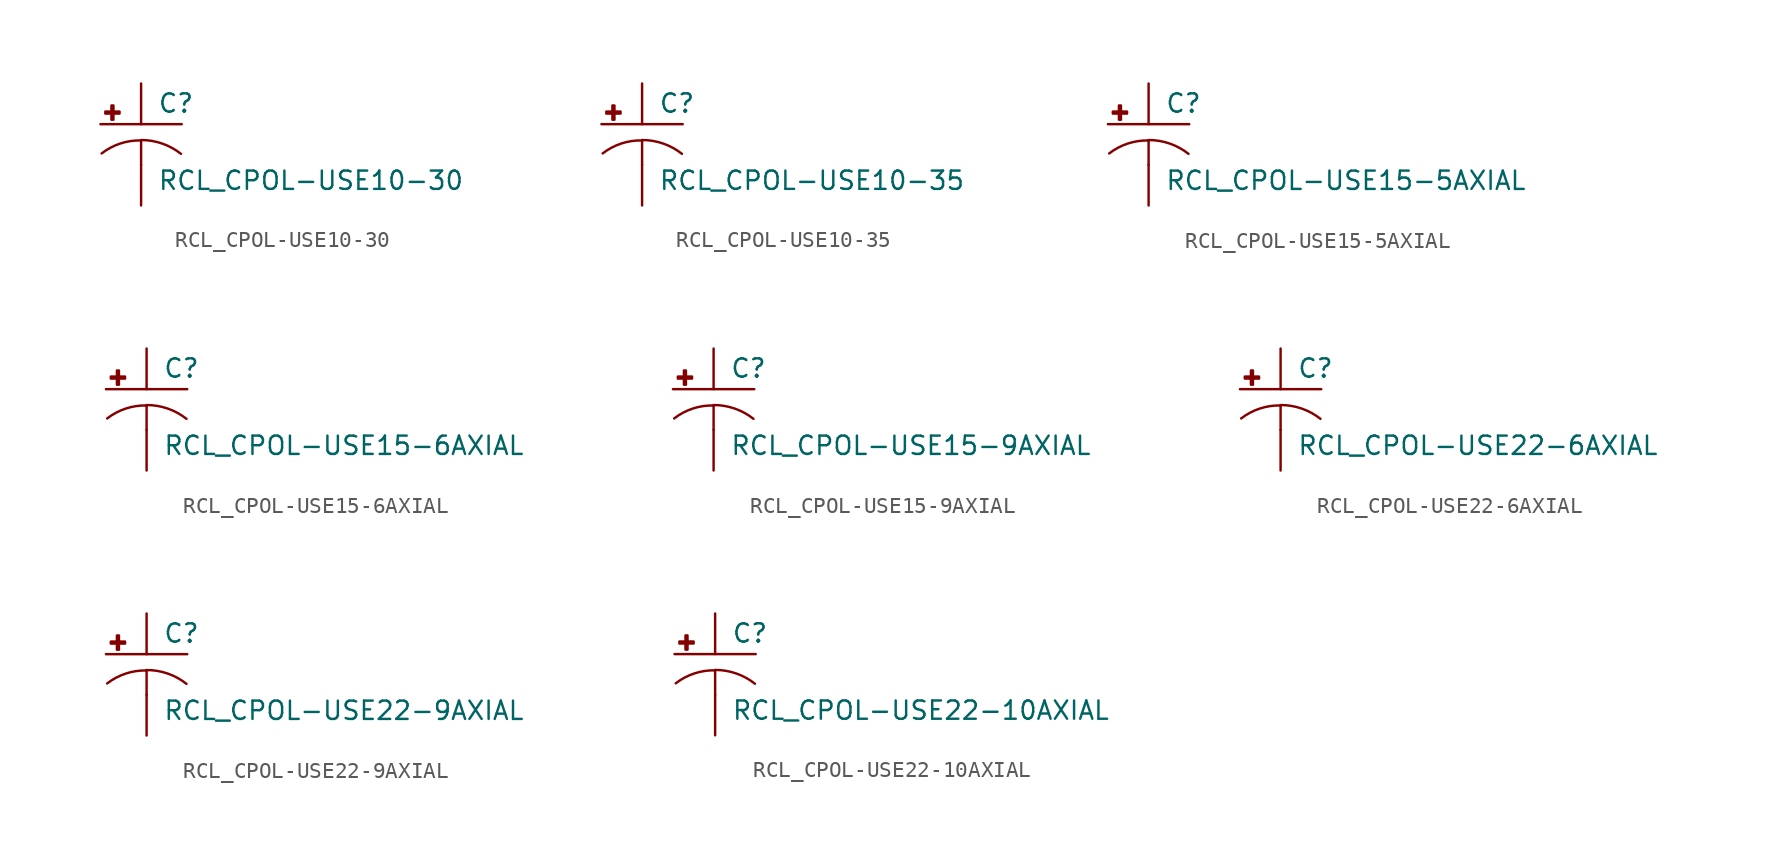
<source format=kicad_sym>
(kicad_symbol_lib
  (version 20210619)
  (generator kicad_symbol_editor)
  (symbol "RCL_CPOL-USE10-30"
    (pin_numbers hide)
    (pin_names
      (offset 1.016) hide)
    (property "Reference" "C"
      (at 1.016 0.635 0)
      (effects (font (size 1.143 1.143)) (justify left bottom)))
    (property "Value" "RCL_CPOL-USE10-30"
      (at 1.016 -4.191 0)
      (effects (font (size 1.143 1.143)) (justify left bottom)))
    (property "ki_locked" ""
      (at 0 0 0)
      (effects (font (size 1.27 1.27))))
    (symbol "RCL_CPOL-USE10-30_1_0"
      (polyline (pts (xy -2.54 0) (xy 2.54 0)) (stroke (width 0)) (fill (type none)))
      (polyline (pts (xy 0 -1.016) (xy 0 -2.54)) (stroke (width 0)) (fill (type none)))
      (polyline (pts (xy 0 -1.016) (xy 0 -1.016)) (stroke (width 0)) (fill (type none))))
    (symbol "RCL_CPOL-USE10-30_1_1"
      (arc (start 0 -1.016) (end -2.4638 -1.8288) (radius (at 0 -5.0546) (length 4.0386) (angles 90.1 127.3)) (stroke (width 0)) (fill (type none)))
      (arc (start 2.4892 -1.8542) (end 0 -0.9906) (radius (at 0 -5.0292) (length 4.0386) (angles 52.3 89.9)) (stroke (width 0)) (fill (type none)))
      (rectangle (start -2.235 0.66) (end -1.346 0.787) (stroke (width 0)) (fill (type outline)))
      (rectangle (start -1.854 0.279) (end -1.727 1.168) (stroke (width 0)) (fill (type outline)))
      (pin passive line (at 0 2.54 270) (length 2.54) (name "+" (effects (font (size 1.016 1.016)))) (number "+" (effects (font (size 1.016 1.016)))))
      (pin passive line (at 0 -5.08 90) (length 2.54) (name "-" (effects (font (size 1.016 1.016)))) (number "-" (effects (font (size 1.016 1.016)))))))
  (symbol "RCL_CPOL-USE10-35"
    (pin_numbers hide)
    (pin_names
      (offset 1.016) hide)
    (property "Reference" "C"
      (at 1.016 0.635 0)
      (effects (font (size 1.143 1.143)) (justify left bottom)))
    (property "Value" "RCL_CPOL-USE10-35"
      (at 1.016 -4.191 0)
      (effects (font (size 1.143 1.143)) (justify left bottom)))
    (property "ki_locked" ""
      (at 0 0 0)
      (effects (font (size 1.27 1.27))))
    (symbol "RCL_CPOL-USE10-35_1_0"
      (polyline (pts (xy -2.54 0) (xy 2.54 0)) (stroke (width 0)) (fill (type none)))
      (polyline (pts (xy 0 -1.016) (xy 0 -2.54)) (stroke (width 0)) (fill (type none)))
      (polyline (pts (xy 0 -1.016) (xy 0 -1.016)) (stroke (width 0)) (fill (type none))))
    (symbol "RCL_CPOL-USE10-35_1_1"
      (arc (start 0 -1.016) (end -2.4638 -1.8288) (radius (at 0 -5.0546) (length 4.0386) (angles 90.1 127.3)) (stroke (width 0)) (fill (type none)))
      (arc (start 2.4892 -1.8542) (end 0 -0.9906) (radius (at 0 -5.0292) (length 4.0386) (angles 52.3 89.9)) (stroke (width 0)) (fill (type none)))
      (rectangle (start -2.235 0.66) (end -1.346 0.787) (stroke (width 0)) (fill (type outline)))
      (rectangle (start -1.854 0.279) (end -1.727 1.168) (stroke (width 0)) (fill (type outline)))
      (pin passive line (at 0 2.54 270) (length 2.54) (name "+" (effects (font (size 1.016 1.016)))) (number "+" (effects (font (size 1.016 1.016)))))
      (pin passive line (at 0 -5.08 90) (length 2.54) (name "-" (effects (font (size 1.016 1.016)))) (number "-" (effects (font (size 1.016 1.016)))))))
  (symbol "RCL_CPOL-USE15-5AXIAL"
    (pin_numbers hide)
    (pin_names
      (offset 1.016) hide)
    (property "Reference" "C"
      (at 1.016 0.635 0)
      (effects (font (size 1.143 1.143)) (justify left bottom)))
    (property "Value" "RCL_CPOL-USE15-5AXIAL"
      (at 1.016 -4.191 0)
      (effects (font (size 1.143 1.143)) (justify left bottom)))
    (property "ki_locked" ""
      (at 0 0 0)
      (effects (font (size 1.27 1.27))))
    (symbol "RCL_CPOL-USE15-5AXIAL_1_0"
      (polyline (pts (xy -2.54 0) (xy 2.54 0)) (stroke (width 0)) (fill (type none)))
      (polyline (pts (xy 0 -1.016) (xy 0 -2.54)) (stroke (width 0)) (fill (type none)))
      (polyline (pts (xy 0 -1.016) (xy 0 -1.016)) (stroke (width 0)) (fill (type none))))
    (symbol "RCL_CPOL-USE15-5AXIAL_1_1"
      (arc (start 0 -1.016) (end -2.4638 -1.8288) (radius (at 0 -5.0546) (length 4.0386) (angles 90.1 127.3)) (stroke (width 0)) (fill (type none)))
      (arc (start 2.4892 -1.8542) (end 0 -0.9906) (radius (at 0 -5.0292) (length 4.0386) (angles 52.3 89.9)) (stroke (width 0)) (fill (type none)))
      (rectangle (start -2.235 0.66) (end -1.346 0.787) (stroke (width 0)) (fill (type outline)))
      (rectangle (start -1.854 0.279) (end -1.727 1.168) (stroke (width 0)) (fill (type outline)))
      (pin passive line (at 0 2.54 270) (length 2.54) (name "+" (effects (font (size 1.016 1.016)))) (number "+" (effects (font (size 1.016 1.016)))))
      (pin passive line (at 0 -5.08 90) (length 2.54) (name "-" (effects (font (size 1.016 1.016)))) (number "-" (effects (font (size 1.016 1.016)))))))
  (symbol "RCL_CPOL-USE15-6AXIAL"
    (pin_numbers hide)
    (pin_names
      (offset 1.016) hide)
    (property "Reference" "C"
      (at 1.016 0.635 0)
      (effects (font (size 1.143 1.143)) (justify left bottom)))
    (property "Value" "RCL_CPOL-USE15-6AXIAL"
      (at 1.016 -4.191 0)
      (effects (font (size 1.143 1.143)) (justify left bottom)))
    (property "ki_locked" ""
      (at 0 0 0)
      (effects (font (size 1.27 1.27))))
    (symbol "RCL_CPOL-USE15-6AXIAL_1_0"
      (polyline (pts (xy -2.54 0) (xy 2.54 0)) (stroke (width 0)) (fill (type none)))
      (polyline (pts (xy 0 -1.016) (xy 0 -2.54)) (stroke (width 0)) (fill (type none)))
      (polyline (pts (xy 0 -1.016) (xy 0 -1.016)) (stroke (width 0)) (fill (type none))))
    (symbol "RCL_CPOL-USE15-6AXIAL_1_1"
      (arc (start 0 -1.016) (end -2.4638 -1.8288) (radius (at 0 -5.0546) (length 4.0386) (angles 90.1 127.3)) (stroke (width 0)) (fill (type none)))
      (arc (start 2.4892 -1.8542) (end 0 -0.9906) (radius (at 0 -5.0292) (length 4.0386) (angles 52.3 89.9)) (stroke (width 0)) (fill (type none)))
      (rectangle (start -2.235 0.66) (end -1.346 0.787) (stroke (width 0)) (fill (type outline)))
      (rectangle (start -1.854 0.279) (end -1.727 1.168) (stroke (width 0)) (fill (type outline)))
      (pin passive line (at 0 2.54 270) (length 2.54) (name "+" (effects (font (size 1.016 1.016)))) (number "+" (effects (font (size 1.016 1.016)))))
      (pin passive line (at 0 -5.08 90) (length 2.54) (name "-" (effects (font (size 1.016 1.016)))) (number "-" (effects (font (size 1.016 1.016)))))))
  (symbol "RCL_CPOL-USE15-9AXIAL"
    (pin_numbers hide)
    (pin_names
      (offset 1.016) hide)
    (property "Reference" "C"
      (at 1.016 0.635 0)
      (effects (font (size 1.143 1.143)) (justify left bottom)))
    (property "Value" "RCL_CPOL-USE15-9AXIAL"
      (at 1.016 -4.191 0)
      (effects (font (size 1.143 1.143)) (justify left bottom)))
    (property "ki_locked" ""
      (at 0 0 0)
      (effects (font (size 1.27 1.27))))
    (symbol "RCL_CPOL-USE15-9AXIAL_1_0"
      (polyline (pts (xy -2.54 0) (xy 2.54 0)) (stroke (width 0)) (fill (type none)))
      (polyline (pts (xy 0 -1.016) (xy 0 -2.54)) (stroke (width 0)) (fill (type none)))
      (polyline (pts (xy 0 -1.016) (xy 0 -1.016)) (stroke (width 0)) (fill (type none))))
    (symbol "RCL_CPOL-USE15-9AXIAL_1_1"
      (arc (start 0 -1.016) (end -2.4638 -1.8288) (radius (at 0 -5.0546) (length 4.0386) (angles 90.1 127.3)) (stroke (width 0)) (fill (type none)))
      (arc (start 2.4892 -1.8542) (end 0 -0.9906) (radius (at 0 -5.0292) (length 4.0386) (angles 52.3 89.9)) (stroke (width 0)) (fill (type none)))
      (rectangle (start -2.235 0.66) (end -1.346 0.787) (stroke (width 0)) (fill (type outline)))
      (rectangle (start -1.854 0.279) (end -1.727 1.168) (stroke (width 0)) (fill (type outline)))
      (pin passive line (at 0 2.54 270) (length 2.54) (name "+" (effects (font (size 1.016 1.016)))) (number "+" (effects (font (size 1.016 1.016)))))
      (pin passive line (at 0 -5.08 90) (length 2.54) (name "-" (effects (font (size 1.016 1.016)))) (number "-" (effects (font (size 1.016 1.016)))))))
  (symbol "RCL_CPOL-USE22-6AXIAL"
    (pin_numbers hide)
    (pin_names
      (offset 1.016) hide)
    (property "Reference" "C"
      (at 1.016 0.635 0)
      (effects (font (size 1.143 1.143)) (justify left bottom)))
    (property "Value" "RCL_CPOL-USE22-6AXIAL"
      (at 1.016 -4.191 0)
      (effects (font (size 1.143 1.143)) (justify left bottom)))
    (property "ki_locked" ""
      (at 0 0 0)
      (effects (font (size 1.27 1.27))))
    (symbol "RCL_CPOL-USE22-6AXIAL_1_0"
      (polyline (pts (xy -2.54 0) (xy 2.54 0)) (stroke (width 0)) (fill (type none)))
      (polyline (pts (xy 0 -1.016) (xy 0 -2.54)) (stroke (width 0)) (fill (type none)))
      (polyline (pts (xy 0 -1.016) (xy 0 -1.016)) (stroke (width 0)) (fill (type none))))
    (symbol "RCL_CPOL-USE22-6AXIAL_1_1"
      (arc (start 0 -1.016) (end -2.4638 -1.8288) (radius (at 0 -5.0546) (length 4.0386) (angles 90.1 127.3)) (stroke (width 0)) (fill (type none)))
      (arc (start 2.4892 -1.8542) (end 0 -0.9906) (radius (at 0 -5.0292) (length 4.0386) (angles 52.3 89.9)) (stroke (width 0)) (fill (type none)))
      (rectangle (start -2.235 0.66) (end -1.346 0.787) (stroke (width 0)) (fill (type outline)))
      (rectangle (start -1.854 0.279) (end -1.727 1.168) (stroke (width 0)) (fill (type outline)))
      (pin passive line (at 0 2.54 270) (length 2.54) (name "+" (effects (font (size 1.016 1.016)))) (number "+" (effects (font (size 1.016 1.016)))))
      (pin passive line (at 0 -5.08 90) (length 2.54) (name "-" (effects (font (size 1.016 1.016)))) (number "-" (effects (font (size 1.016 1.016)))))))
  (symbol "RCL_CPOL-USE22-9AXIAL"
    (pin_numbers hide)
    (pin_names
      (offset 1.016) hide)
    (property "Reference" "C"
      (at 1.016 0.635 0)
      (effects (font (size 1.143 1.143)) (justify left bottom)))
    (property "Value" "RCL_CPOL-USE22-9AXIAL"
      (at 1.016 -4.191 0)
      (effects (font (size 1.143 1.143)) (justify left bottom)))
    (property "ki_locked" ""
      (at 0 0 0)
      (effects (font (size 1.27 1.27))))
    (symbol "RCL_CPOL-USE22-9AXIAL_1_0"
      (polyline (pts (xy -2.54 0) (xy 2.54 0)) (stroke (width 0)) (fill (type none)))
      (polyline (pts (xy 0 -1.016) (xy 0 -2.54)) (stroke (width 0)) (fill (type none)))
      (polyline (pts (xy 0 -1.016) (xy 0 -1.016)) (stroke (width 0)) (fill (type none))))
    (symbol "RCL_CPOL-USE22-9AXIAL_1_1"
      (arc (start 0 -1.016) (end -2.4638 -1.8288) (radius (at 0 -5.0546) (length 4.0386) (angles 90.1 127.3)) (stroke (width 0)) (fill (type none)))
      (arc (start 2.4892 -1.8542) (end 0 -0.9906) (radius (at 0 -5.0292) (length 4.0386) (angles 52.3 89.9)) (stroke (width 0)) (fill (type none)))
      (rectangle (start -2.235 0.66) (end -1.346 0.787) (stroke (width 0)) (fill (type outline)))
      (rectangle (start -1.854 0.279) (end -1.727 1.168) (stroke (width 0)) (fill (type outline)))
      (pin passive line (at 0 2.54 270) (length 2.54) (name "+" (effects (font (size 1.016 1.016)))) (number "+" (effects (font (size 1.016 1.016)))))
      (pin passive line (at 0 -5.08 90) (length 2.54) (name "-" (effects (font (size 1.016 1.016)))) (number "-" (effects (font (size 1.016 1.016)))))))
  (symbol "RCL_CPOL-USE22-10AXIAL"
    (pin_numbers hide)
    (pin_names
      (offset 1.016) hide)
    (property "Reference" "C"
      (at 1.016 0.635 0)
      (effects (font (size 1.143 1.143)) (justify left bottom)))
    (property "Value" "RCL_CPOL-USE22-10AXIAL"
      (at 1.016 -4.191 0)
      (effects (font (size 1.143 1.143)) (justify left bottom)))
    (property "ki_locked" ""
      (at 0 0 0)
      (effects (font (size 1.27 1.27))))
    (symbol "RCL_CPOL-USE22-10AXIAL_1_0"
      (polyline (pts (xy -2.54 0) (xy 2.54 0)) (stroke (width 0)) (fill (type none)))
      (polyline (pts (xy 0 -1.016) (xy 0 -2.54)) (stroke (width 0)) (fill (type none)))
      (polyline (pts (xy 0 -1.016) (xy 0 -1.016)) (stroke (width 0)) (fill (type none))))
    (symbol "RCL_CPOL-USE22-10AXIAL_1_1"
      (arc (start 0 -1.016) (end -2.4638 -1.8288) (radius (at 0 -5.0546) (length 4.0386) (angles 90.1 127.3)) (stroke (width 0)) (fill (type none)))
      (arc (start 2.4892 -1.8542) (end 0 -0.9906) (radius (at 0 -5.0292) (length 4.0386) (angles 52.3 89.9)) (stroke (width 0)) (fill (type none)))
      (rectangle (start -2.235 0.66) (end -1.346 0.787) (stroke (width 0)) (fill (type outline)))
      (rectangle (start -1.854 0.279) (end -1.727 1.168) (stroke (width 0)) (fill (type outline)))
      (pin passive line (at 0 2.54 270) (length 2.54) (name "+" (effects (font (size 1.016 1.016)))) (number "+" (effects (font (size 1.016 1.016)))))
      (pin passive line (at 0 -5.08 90) (length 2.54) (name "-" (effects (font (size 1.016 1.016)))) (number "-" (effects (font (size 1.016 1.016))))))))
</source>
